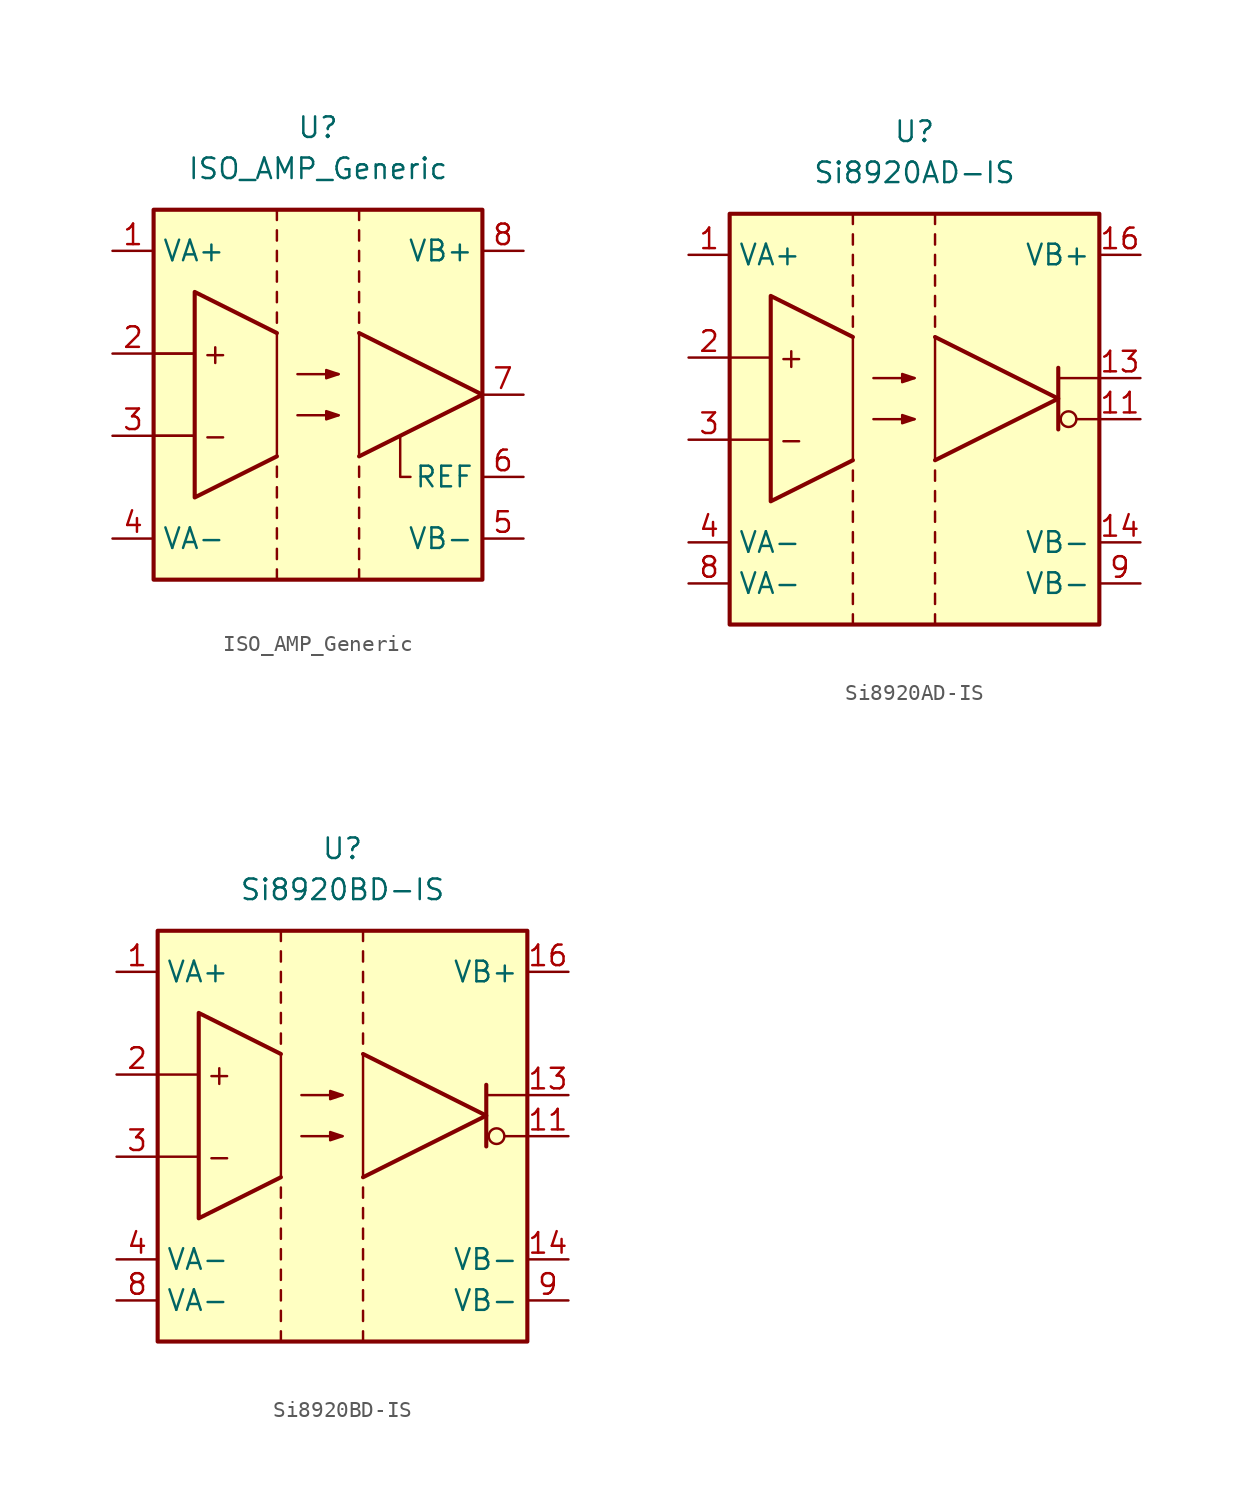
<source format=kicad_sym>
(kicad_symbol_lib
  (version 20231120)
  (generator "kicad_symbol_editor")
  (generator_version "8.0")
  (symbol "ISO_AMP_Generic"
    (property "Reference" "U"
      (at 0 16.51 0)
      (effects (font (size 1.27 1.27))))
    (property "Value" "ISO_AMP_Generic"
      (at 0 13.97 0)
      (effects (font (size 1.27 1.27))))
    (symbol "ISO_AMP_Generic_0_0"
      (rectangle (start -10.16 11.43) (end 10.16 -11.43) (stroke (width 0.254) (type default)) (fill (type background)))
      (polyline (pts (xy -10.16 -2.54) (xy -7.62 -2.54)) (stroke (width 0.152) (type default)) (fill (type none)))
      (polyline (pts (xy -10.16 -2.54) (xy -7.62 -2.54)) (stroke (width 0.152) (type default)) (fill (type none)))
      (polyline (pts (xy -10.16 2.54) (xy -7.62 2.54)) (stroke (width 0.152) (type default)) (fill (type none)))
      (polyline (pts (xy -10.16 2.54) (xy -7.62 2.54)) (stroke (width 0.152) (type default)) (fill (type none)))
      (polyline (pts (xy -2.54 3.81) (xy -2.54 -3.81)) (stroke (width 0.152) (type default)) (fill (type none)))
      (polyline (pts (xy 2.54 3.81) (xy 2.54 -3.81)) (stroke (width 0.152) (type default)) (fill (type none)))
      (polyline (pts (xy 2.54 3.81) (xy 10.16 0) (xy 2.54 -3.81)) (stroke (width 0.254) (type default)) (fill (type none)))
      (polyline (pts (xy -2.54 3.81) (xy -7.62 6.35) (xy -7.62 -6.35) (xy -2.54 -3.81)) (stroke (width 0.254) (type default)) (fill (type none)))
      (text "+" (at -6.35 2.54 0) (effects (font (size 1.27 1.27))))
      (text "-" (at -6.35 -2.54 0) (effects (font (size 1.27 1.27)))))
    (symbol "ISO_AMP_Generic_0_1"
      (polyline (pts (xy -2.54 -11.43) (xy -2.54 -10.795)) (stroke (width 0.152) (type default)) (fill (type none)))
      (polyline (pts (xy -2.54 -10.16) (xy -2.54 -9.525)) (stroke (width 0.152) (type default)) (fill (type none)))
      (polyline (pts (xy -2.54 -8.255) (xy -2.54 -8.89)) (stroke (width 0.152) (type default)) (fill (type none)))
      (polyline (pts (xy -2.54 -6.985) (xy -2.54 -7.62)) (stroke (width 0.152) (type default)) (fill (type none)))
      (polyline (pts (xy -2.54 -5.715) (xy -2.54 -6.35)) (stroke (width 0.152) (type default)) (fill (type none)))
      (polyline (pts (xy -2.54 -4.445) (xy -2.54 -5.08)) (stroke (width 0.152) (type default)) (fill (type none)))
      (polyline (pts (xy -2.54 4.445) (xy -2.54 5.08)) (stroke (width 0.152) (type default)) (fill (type none)))
      (polyline (pts (xy -2.54 5.715) (xy -2.54 6.35)) (stroke (width 0.152) (type default)) (fill (type none)))
      (polyline (pts (xy -2.54 7.62) (xy -2.54 6.985)) (stroke (width 0.152) (type default)) (fill (type none)))
      (polyline (pts (xy -2.54 8.89) (xy -2.54 8.255)) (stroke (width 0.152) (type default)) (fill (type none)))
      (polyline (pts (xy -2.54 10.16) (xy -2.54 9.525)) (stroke (width 0.152) (type default)) (fill (type none)))
      (polyline (pts (xy -2.54 11.43) (xy -2.54 10.795)) (stroke (width 0.152) (type default)) (fill (type none)))
      (polyline (pts (xy 1.27 -1.27) (xy -1.27 -1.27)) (stroke (width 0.152) (type default)) (fill (type none)))
      (polyline (pts (xy 1.27 1.27) (xy -1.27 1.27)) (stroke (width 0.152) (type default)) (fill (type none)))
      (polyline (pts (xy 2.54 -11.43) (xy 2.54 -10.795)) (stroke (width 0.152) (type default)) (fill (type none)))
      (polyline (pts (xy 2.54 -10.16) (xy 2.54 -9.525)) (stroke (width 0.152) (type default)) (fill (type none)))
      (polyline (pts (xy 2.54 -8.255) (xy 2.54 -8.89)) (stroke (width 0.152) (type default)) (fill (type none)))
      (polyline (pts (xy 2.54 -6.985) (xy 2.54 -7.62)) (stroke (width 0.152) (type default)) (fill (type none)))
      (polyline (pts (xy 2.54 -5.715) (xy 2.54 -6.35)) (stroke (width 0.152) (type default)) (fill (type none)))
      (polyline (pts (xy 2.54 -4.445) (xy 2.54 -5.08)) (stroke (width 0.152) (type default)) (fill (type none)))
      (polyline (pts (xy 2.54 4.445) (xy 2.54 5.08)) (stroke (width 0.152) (type default)) (fill (type none)))
      (polyline (pts (xy 2.54 5.715) (xy 2.54 6.35)) (stroke (width 0.152) (type default)) (fill (type none)))
      (polyline (pts (xy 2.54 7.62) (xy 2.54 6.985)) (stroke (width 0.152) (type default)) (fill (type none)))
      (polyline (pts (xy 2.54 8.89) (xy 2.54 8.255)) (stroke (width 0.152) (type default)) (fill (type none)))
      (polyline (pts (xy 2.54 10.16) (xy 2.54 9.525)) (stroke (width 0.152) (type default)) (fill (type none)))
      (polyline (pts (xy 2.54 11.43) (xy 2.54 10.795)) (stroke (width 0.152) (type default)) (fill (type none)))
      (polyline (pts (xy 5.715 -5.08) (xy 5.08 -5.08) (xy 5.08 -2.54)) (stroke (width 0.152) (type default)) (fill (type none)))
      (polyline (pts (xy 1.27 -1.27) (xy 0.508 -1.016) (xy 0.508 -1.524) (xy 1.27 -1.27)) (stroke (width 0.152) (type default)) (fill (type outline)))
      (polyline (pts (xy 1.27 1.27) (xy 0.508 1.524) (xy 0.508 1.016) (xy 1.27 1.27)) (stroke (width 0.152) (type default)) (fill (type outline))))
    (symbol "ISO_AMP_Generic_1_1"
      (pin power_in line (at -12.7 8.89 0) (length 2.54) (name "VA+" (effects (font (size 1.27 1.27)))) (number "1" (effects (font (size 1.27 1.27)))))
      (pin input line (at -12.7 2.54 0) (length 2.54) (name "~" (effects (font (size 1.27 1.27)))) (number "2" (effects (font (size 1.27 1.27)))))
      (pin input line (at -12.7 -2.54 0) (length 2.54) (name "~" (effects (font (size 1.27 1.27)))) (number "3" (effects (font (size 1.27 1.27)))))
      (pin power_in line (at -12.7 -8.89 0) (length 2.54) (name "VA-" (effects (font (size 1.27 1.27)))) (number "4" (effects (font (size 1.27 1.27)))))
      (pin power_in line (at 12.7 -8.89 180) (length 2.54) (name "VB-" (effects (font (size 1.27 1.27)))) (number "5" (effects (font (size 1.27 1.27)))))
      (pin input line (at 12.7 -5.08 180) (length 2.54) (name "REF" (effects (font (size 1.27 1.27)))) (number "6" (effects (font (size 1.27 1.27)))))
      (pin output line (at 12.7 0 180) (length 2.54) (name "~" (effects (font (size 1.27 1.27)))) (number "7" (effects (font (size 1.27 1.27)))))
      (pin power_in line (at 12.7 8.89 180) (length 2.54) (name "VB+" (effects (font (size 1.27 1.27)))) (number "8" (effects (font (size 1.27 1.27)))))))
  (symbol "Si8920AD-IS"
    (property "Reference" "U"
      (at 0 16.51 0)
      (effects (font (size 1.27 1.27))))
    (property "Value" "Si8920AD-IS"
      (at 0 13.97 0)
      (effects (font (size 1.27 1.27))))
    (symbol "Si8920AD-IS_0_0"
      (rectangle (start -11.43 11.43) (end 11.43 -13.97) (stroke (width 0.254) (type default)) (fill (type background)))
      (polyline (pts (xy -11.43 -2.54) (xy -8.89 -2.54)) (stroke (width 0.152) (type default)) (fill (type none)))
      (polyline (pts (xy -11.43 2.54) (xy -8.89 2.54)) (stroke (width 0.152) (type default)) (fill (type none)))
      (polyline (pts (xy -3.81 3.81) (xy -3.81 -3.81)) (stroke (width 0.152) (type default)) (fill (type none)))
      (polyline (pts (xy 1.27 3.81) (xy 1.27 -3.81)) (stroke (width 0.152) (type default)) (fill (type none)))
      (polyline (pts (xy 1.27 3.81) (xy 8.89 0) (xy 1.27 -3.81)) (stroke (width 0.254) (type default)) (fill (type none)))
      (polyline (pts (xy -3.81 3.81) (xy -8.89 6.35) (xy -8.89 -6.35) (xy -3.81 -3.81)) (stroke (width 0.254) (type default)) (fill (type none)))
      (text "+" (at -7.62 2.54 0) (effects (font (size 1.27 1.27))))
      (text "-" (at -7.62 -2.54 0) (effects (font (size 1.27 1.27)))))
    (symbol "Si8920AD-IS_0_1"
      (polyline (pts (xy -3.81 -13.97) (xy -3.81 -13.335)) (stroke (width 0.152) (type default)) (fill (type none)))
      (polyline (pts (xy -3.81 -12.7) (xy -3.81 -12.065)) (stroke (width 0.152) (type default)) (fill (type none)))
      (polyline (pts (xy -3.81 -11.43) (xy -3.81 -10.795)) (stroke (width 0.152) (type default)) (fill (type none)))
      (polyline (pts (xy -3.81 -10.16) (xy -3.81 -9.525)) (stroke (width 0.152) (type default)) (fill (type none)))
      (polyline (pts (xy -3.81 -8.255) (xy -3.81 -8.89)) (stroke (width 0.152) (type default)) (fill (type none)))
      (polyline (pts (xy -3.81 -6.985) (xy -3.81 -7.62)) (stroke (width 0.152) (type default)) (fill (type none)))
      (polyline (pts (xy -3.81 -5.715) (xy -3.81 -6.35)) (stroke (width 0.152) (type default)) (fill (type none)))
      (polyline (pts (xy -3.81 -4.445) (xy -3.81 -5.08)) (stroke (width 0.152) (type default)) (fill (type none)))
      (polyline (pts (xy -3.81 4.445) (xy -3.81 5.08)) (stroke (width 0.152) (type default)) (fill (type none)))
      (polyline (pts (xy -3.81 5.715) (xy -3.81 6.35)) (stroke (width 0.152) (type default)) (fill (type none)))
      (polyline (pts (xy -3.81 7.62) (xy -3.81 6.985)) (stroke (width 0.152) (type default)) (fill (type none)))
      (polyline (pts (xy -3.81 8.89) (xy -3.81 8.255)) (stroke (width 0.152) (type default)) (fill (type none)))
      (polyline (pts (xy -3.81 10.16) (xy -3.81 9.525)) (stroke (width 0.152) (type default)) (fill (type none)))
      (polyline (pts (xy -3.81 11.43) (xy -3.81 10.795)) (stroke (width 0.152) (type default)) (fill (type none)))
      (polyline (pts (xy 0 -1.27) (xy -2.54 -1.27)) (stroke (width 0.152) (type default)) (fill (type none)))
      (polyline (pts (xy 0 1.27) (xy -2.54 1.27)) (stroke (width 0.152) (type default)) (fill (type none)))
      (polyline (pts (xy 1.27 -13.97) (xy 1.27 -13.335)) (stroke (width 0.152) (type default)) (fill (type none)))
      (polyline (pts (xy 1.27 -12.7) (xy 1.27 -12.065)) (stroke (width 0.152) (type default)) (fill (type none)))
      (polyline (pts (xy 1.27 -11.43) (xy 1.27 -10.795)) (stroke (width 0.152) (type default)) (fill (type none)))
      (polyline (pts (xy 1.27 -10.16) (xy 1.27 -9.525)) (stroke (width 0.152) (type default)) (fill (type none)))
      (polyline (pts (xy 1.27 -8.255) (xy 1.27 -8.89)) (stroke (width 0.152) (type default)) (fill (type none)))
      (polyline (pts (xy 1.27 -6.985) (xy 1.27 -7.62)) (stroke (width 0.152) (type default)) (fill (type none)))
      (polyline (pts (xy 1.27 -5.715) (xy 1.27 -6.35)) (stroke (width 0.152) (type default)) (fill (type none)))
      (polyline (pts (xy 1.27 -4.445) (xy 1.27 -5.08)) (stroke (width 0.152) (type default)) (fill (type none)))
      (polyline (pts (xy 1.27 4.445) (xy 1.27 5.08)) (stroke (width 0.152) (type default)) (fill (type none)))
      (polyline (pts (xy 1.27 5.715) (xy 1.27 6.35)) (stroke (width 0.152) (type default)) (fill (type none)))
      (polyline (pts (xy 1.27 7.62) (xy 1.27 6.985)) (stroke (width 0.152) (type default)) (fill (type none)))
      (polyline (pts (xy 1.27 8.89) (xy 1.27 8.255)) (stroke (width 0.152) (type default)) (fill (type none)))
      (polyline (pts (xy 1.27 10.16) (xy 1.27 9.525)) (stroke (width 0.152) (type default)) (fill (type none)))
      (polyline (pts (xy 1.27 11.43) (xy 1.27 10.795)) (stroke (width 0.152) (type default)) (fill (type none)))
      (polyline (pts (xy 8.89 1.905) (xy 8.89 -1.905)) (stroke (width 0.254) (type default)) (fill (type none)))
      (polyline (pts (xy 11.43 -1.27) (xy 10.058 -1.27)) (stroke (width 0.152) (type default)) (fill (type none)))
      (polyline (pts (xy 11.43 1.27) (xy 8.89 1.27)) (stroke (width 0.152) (type default)) (fill (type none)))
      (polyline (pts (xy 0 -1.27) (xy -0.762 -1.016) (xy -0.762 -1.524) (xy 0 -1.27)) (stroke (width 0.152) (type default)) (fill (type outline)))
      (polyline (pts (xy 0 1.27) (xy -0.762 1.524) (xy -0.762 1.016) (xy 0 1.27)) (stroke (width 0.152) (type default)) (fill (type outline)))
      (circle (center 9.525 -1.27) (radius 0.483) (stroke (width 0.152) (type default)) (fill (type none))))
    (symbol "Si8920AD-IS_1_1"
      (pin power_in line (at -13.97 8.89 0) (length 2.54) (name "VA+" (effects (font (size 1.27 1.27)))) (number "1" (effects (font (size 1.27 1.27)))))
      (pin free line (at -1.27 -2.54 0) (length 2.54) hide (name "NC" (effects (font (size 1.27 1.27)))) (number "10" (effects (font (size 1.27 1.27)))))
      (pin output line (at 13.97 -1.27 180) (length 2.54) (name "~" (effects (font (size 1.27 1.27)))) (number "11" (effects (font (size 1.27 1.27)))))
      (pin free line (at -1.27 -5.08 0) (length 2.54) hide (name "NC" (effects (font (size 1.27 1.27)))) (number "12" (effects (font (size 1.27 1.27)))))
      (pin output line (at 13.97 1.27 180) (length 2.54) (name "~" (effects (font (size 1.27 1.27)))) (number "13" (effects (font (size 1.27 1.27)))))
      (pin power_in line (at 13.97 -8.89 180) (length 2.54) (name "VB-" (effects (font (size 1.27 1.27)))) (number "14" (effects (font (size 1.27 1.27)))))
      (pin free line (at -1.27 -7.62 0) (length 2.54) hide (name "NC" (effects (font (size 1.27 1.27)))) (number "15" (effects (font (size 1.27 1.27)))))
      (pin power_in line (at 13.97 8.89 180) (length 2.54) (name "VB+" (effects (font (size 1.27 1.27)))) (number "16" (effects (font (size 1.27 1.27)))))
      (pin input line (at -13.97 2.54 0) (length 2.54) (name "~" (effects (font (size 1.27 1.27)))) (number "2" (effects (font (size 1.27 1.27)))))
      (pin input line (at -13.97 -2.54 0) (length 2.54) (name "~" (effects (font (size 1.27 1.27)))) (number "3" (effects (font (size 1.27 1.27)))))
      (pin power_in line (at -13.97 -8.89 0) (length 2.54) (name "VA-" (effects (font (size 1.27 1.27)))) (number "4" (effects (font (size 1.27 1.27)))))
      (pin free line (at -1.27 5.08 0) (length 2.54) hide (name "NC" (effects (font (size 1.27 1.27)))) (number "5" (effects (font (size 1.27 1.27)))))
      (pin free line (at -1.27 2.54 0) (length 2.54) hide (name "NC" (effects (font (size 1.27 1.27)))) (number "6" (effects (font (size 1.27 1.27)))))
      (pin free line (at -1.27 0 0) (length 2.54) hide (name "NC" (effects (font (size 1.27 1.27)))) (number "7" (effects (font (size 1.27 1.27)))))
      (pin power_in line (at -13.97 -11.43 0) (length 2.54) (name "VA-" (effects (font (size 1.27 1.27)))) (number "8" (effects (font (size 1.27 1.27)))))
      (pin power_in line (at 13.97 -11.43 180) (length 2.54) (name "VB-" (effects (font (size 1.27 1.27)))) (number "9" (effects (font (size 1.27 1.27)))))))
  (symbol "Si8920BD-IS"
    (property "Reference" "U"
      (at 0 16.51 0)
      (effects (font (size 1.27 1.27))))
    (property "Value" "Si8920BD-IS"
      (at 0 13.97 0)
      (effects (font (size 1.27 1.27))))
    (symbol "Si8920BD-IS_0_0"
      (rectangle (start -11.43 11.43) (end 11.43 -13.97) (stroke (width 0.254) (type default)) (fill (type background)))
      (polyline (pts (xy -11.43 -2.54) (xy -8.89 -2.54)) (stroke (width 0.152) (type default)) (fill (type none)))
      (polyline (pts (xy -11.43 2.54) (xy -8.89 2.54)) (stroke (width 0.152) (type default)) (fill (type none)))
      (polyline (pts (xy -3.81 3.81) (xy -3.81 -3.81)) (stroke (width 0.152) (type default)) (fill (type none)))
      (polyline (pts (xy 1.27 3.81) (xy 1.27 -3.81)) (stroke (width 0.152) (type default)) (fill (type none)))
      (polyline (pts (xy 1.27 3.81) (xy 8.89 0) (xy 1.27 -3.81)) (stroke (width 0.254) (type default)) (fill (type none)))
      (polyline (pts (xy -3.81 3.81) (xy -8.89 6.35) (xy -8.89 -6.35) (xy -3.81 -3.81)) (stroke (width 0.254) (type default)) (fill (type none)))
      (text "+" (at -7.62 2.54 0) (effects (font (size 1.27 1.27))))
      (text "-" (at -7.62 -2.54 0) (effects (font (size 1.27 1.27)))))
    (symbol "Si8920BD-IS_0_1"
      (polyline (pts (xy -3.81 -13.97) (xy -3.81 -13.335)) (stroke (width 0.152) (type default)) (fill (type none)))
      (polyline (pts (xy -3.81 -12.7) (xy -3.81 -12.065)) (stroke (width 0.152) (type default)) (fill (type none)))
      (polyline (pts (xy -3.81 -11.43) (xy -3.81 -10.795)) (stroke (width 0.152) (type default)) (fill (type none)))
      (polyline (pts (xy -3.81 -10.16) (xy -3.81 -9.525)) (stroke (width 0.152) (type default)) (fill (type none)))
      (polyline (pts (xy -3.81 -8.255) (xy -3.81 -8.89)) (stroke (width 0.152) (type default)) (fill (type none)))
      (polyline (pts (xy -3.81 -6.985) (xy -3.81 -7.62)) (stroke (width 0.152) (type default)) (fill (type none)))
      (polyline (pts (xy -3.81 -5.715) (xy -3.81 -6.35)) (stroke (width 0.152) (type default)) (fill (type none)))
      (polyline (pts (xy -3.81 -4.445) (xy -3.81 -5.08)) (stroke (width 0.152) (type default)) (fill (type none)))
      (polyline (pts (xy -3.81 4.445) (xy -3.81 5.08)) (stroke (width 0.152) (type default)) (fill (type none)))
      (polyline (pts (xy -3.81 5.715) (xy -3.81 6.35)) (stroke (width 0.152) (type default)) (fill (type none)))
      (polyline (pts (xy -3.81 7.62) (xy -3.81 6.985)) (stroke (width 0.152) (type default)) (fill (type none)))
      (polyline (pts (xy -3.81 8.89) (xy -3.81 8.255)) (stroke (width 0.152) (type default)) (fill (type none)))
      (polyline (pts (xy -3.81 10.16) (xy -3.81 9.525)) (stroke (width 0.152) (type default)) (fill (type none)))
      (polyline (pts (xy -3.81 11.43) (xy -3.81 10.795)) (stroke (width 0.152) (type default)) (fill (type none)))
      (polyline (pts (xy 0 -1.27) (xy -2.54 -1.27)) (stroke (width 0.152) (type default)) (fill (type none)))
      (polyline (pts (xy 0 1.27) (xy -2.54 1.27)) (stroke (width 0.152) (type default)) (fill (type none)))
      (polyline (pts (xy 1.27 -13.97) (xy 1.27 -13.335)) (stroke (width 0.152) (type default)) (fill (type none)))
      (polyline (pts (xy 1.27 -12.7) (xy 1.27 -12.065)) (stroke (width 0.152) (type default)) (fill (type none)))
      (polyline (pts (xy 1.27 -11.43) (xy 1.27 -10.795)) (stroke (width 0.152) (type default)) (fill (type none)))
      (polyline (pts (xy 1.27 -10.16) (xy 1.27 -9.525)) (stroke (width 0.152) (type default)) (fill (type none)))
      (polyline (pts (xy 1.27 -8.255) (xy 1.27 -8.89)) (stroke (width 0.152) (type default)) (fill (type none)))
      (polyline (pts (xy 1.27 -6.985) (xy 1.27 -7.62)) (stroke (width 0.152) (type default)) (fill (type none)))
      (polyline (pts (xy 1.27 -5.715) (xy 1.27 -6.35)) (stroke (width 0.152) (type default)) (fill (type none)))
      (polyline (pts (xy 1.27 -4.445) (xy 1.27 -5.08)) (stroke (width 0.152) (type default)) (fill (type none)))
      (polyline (pts (xy 1.27 4.445) (xy 1.27 5.08)) (stroke (width 0.152) (type default)) (fill (type none)))
      (polyline (pts (xy 1.27 5.715) (xy 1.27 6.35)) (stroke (width 0.152) (type default)) (fill (type none)))
      (polyline (pts (xy 1.27 7.62) (xy 1.27 6.985)) (stroke (width 0.152) (type default)) (fill (type none)))
      (polyline (pts (xy 1.27 8.89) (xy 1.27 8.255)) (stroke (width 0.152) (type default)) (fill (type none)))
      (polyline (pts (xy 1.27 10.16) (xy 1.27 9.525)) (stroke (width 0.152) (type default)) (fill (type none)))
      (polyline (pts (xy 1.27 11.43) (xy 1.27 10.795)) (stroke (width 0.152) (type default)) (fill (type none)))
      (polyline (pts (xy 8.89 1.905) (xy 8.89 -1.905)) (stroke (width 0.254) (type default)) (fill (type none)))
      (polyline (pts (xy 11.43 -1.27) (xy 10.058 -1.27)) (stroke (width 0.152) (type default)) (fill (type none)))
      (polyline (pts (xy 11.43 1.27) (xy 8.89 1.27)) (stroke (width 0.152) (type default)) (fill (type none)))
      (polyline (pts (xy 0 -1.27) (xy -0.762 -1.016) (xy -0.762 -1.524) (xy 0 -1.27)) (stroke (width 0.152) (type default)) (fill (type outline)))
      (polyline (pts (xy 0 1.27) (xy -0.762 1.524) (xy -0.762 1.016) (xy 0 1.27)) (stroke (width 0.152) (type default)) (fill (type outline)))
      (circle (center 9.525 -1.27) (radius 0.483) (stroke (width 0.152) (type default)) (fill (type none))))
    (symbol "Si8920BD-IS_1_1"
      (pin power_in line (at -13.97 8.89 0) (length 2.54) (name "VA+" (effects (font (size 1.27 1.27)))) (number "1" (effects (font (size 1.27 1.27)))))
      (pin free line (at 0 -2.54 0) (length 2.54) hide (name "NC" (effects (font (size 1.27 1.27)))) (number "10" (effects (font (size 1.27 1.27)))))
      (pin output line (at 13.97 -1.27 180) (length 2.54) (name "~" (effects (font (size 1.27 1.27)))) (number "11" (effects (font (size 1.27 1.27)))))
      (pin free line (at 0 -5.08 0) (length 2.54) hide (name "NC" (effects (font (size 1.27 1.27)))) (number "12" (effects (font (size 1.27 1.27)))))
      (pin output line (at 13.97 1.27 180) (length 2.54) (name "~" (effects (font (size 1.27 1.27)))) (number "13" (effects (font (size 1.27 1.27)))))
      (pin power_in line (at 13.97 -8.89 180) (length 2.54) (name "VB-" (effects (font (size 1.27 1.27)))) (number "14" (effects (font (size 1.27 1.27)))))
      (pin free line (at 0 -7.62 0) (length 2.54) hide (name "NC" (effects (font (size 1.27 1.27)))) (number "15" (effects (font (size 1.27 1.27)))))
      (pin power_in line (at 13.97 8.89 180) (length 2.54) (name "VB+" (effects (font (size 1.27 1.27)))) (number "16" (effects (font (size 1.27 1.27)))))
      (pin input line (at -13.97 2.54 0) (length 2.54) (name "~" (effects (font (size 1.27 1.27)))) (number "2" (effects (font (size 1.27 1.27)))))
      (pin input line (at -13.97 -2.54 0) (length 2.54) (name "~" (effects (font (size 1.27 1.27)))) (number "3" (effects (font (size 1.27 1.27)))))
      (pin power_in line (at -13.97 -8.89 0) (length 2.54) (name "VA-" (effects (font (size 1.27 1.27)))) (number "4" (effects (font (size 1.27 1.27)))))
      (pin free line (at 0 5.08 0) (length 2.54) hide (name "NC" (effects (font (size 1.27 1.27)))) (number "5" (effects (font (size 1.27 1.27)))))
      (pin free line (at 0 2.54 0) (length 2.54) hide (name "NC" (effects (font (size 1.27 1.27)))) (number "6" (effects (font (size 1.27 1.27)))))
      (pin free line (at 0 0 0) (length 2.54) hide (name "NC" (effects (font (size 1.27 1.27)))) (number "7" (effects (font (size 1.27 1.27)))))
      (pin power_in line (at -13.97 -11.43 0) (length 2.54) (name "VA-" (effects (font (size 1.27 1.27)))) (number "8" (effects (font (size 1.27 1.27)))))
      (pin power_in line (at 13.97 -11.43 180) (length 2.54) (name "VB-" (effects (font (size 1.27 1.27)))) (number "9" (effects (font (size 1.27 1.27))))))))
</source>
